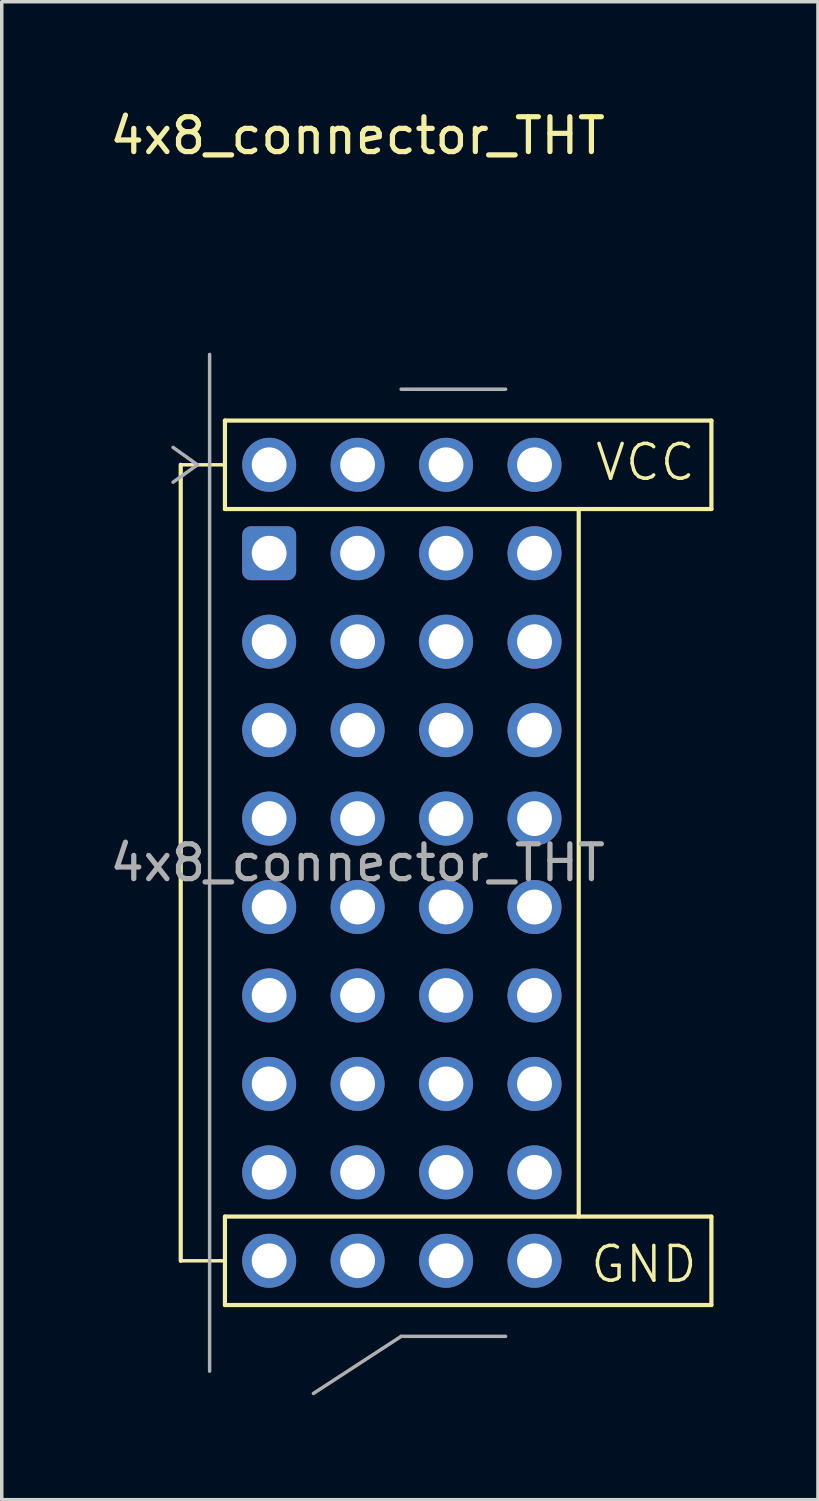
<source format=kicad_pcb>
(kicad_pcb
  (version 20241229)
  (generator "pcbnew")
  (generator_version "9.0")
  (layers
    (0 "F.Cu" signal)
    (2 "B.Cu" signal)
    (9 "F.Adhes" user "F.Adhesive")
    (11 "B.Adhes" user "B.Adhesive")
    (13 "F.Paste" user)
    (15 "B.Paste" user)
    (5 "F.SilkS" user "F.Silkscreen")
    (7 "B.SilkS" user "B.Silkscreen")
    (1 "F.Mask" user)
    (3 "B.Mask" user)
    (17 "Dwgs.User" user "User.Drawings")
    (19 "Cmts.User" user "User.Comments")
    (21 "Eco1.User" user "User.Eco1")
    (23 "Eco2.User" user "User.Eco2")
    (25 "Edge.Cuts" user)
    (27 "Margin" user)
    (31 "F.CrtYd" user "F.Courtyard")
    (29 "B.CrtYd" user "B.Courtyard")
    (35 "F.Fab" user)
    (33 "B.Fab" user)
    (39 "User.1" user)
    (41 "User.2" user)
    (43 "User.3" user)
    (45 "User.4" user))
  (footprint "4x8_connector_THT"
    (layer "F.Cu")
    (at 4.68 10.298)
    (property "Reference" "4x8_connector_THT" (at 2.54 -9.45 0) (layer "F.SilkS") (effects (font (size 1 1) (thickness 0.15))))
    (attr through_hole)
    (fp_line (start -2.54 0) (end -1.27 0) (stroke (width 0.1) (type default)) (layer "F.SilkS"))
    (fp_line (start -2.54 22.86) (end -2.54 0) (stroke (width 0.12) (type solid)) (layer "F.SilkS"))
    (fp_line (start -2.54 22.86) (end -1.27 22.86) (stroke (width 0.1) (type default)) (layer "F.SilkS"))
    (fp_line (start -1.27 -1.27) (end 12.7 -1.27) (stroke (width 0.12) (type solid)) (layer "F.SilkS"))
    (fp_line (start -1.27 1.27) (end -1.27 -1.27) (stroke (width 0.12) (type solid)) (layer "F.SilkS"))
    (fp_line (start -1.27 1.27) (end 12.7 1.27) (stroke (width 0.12) (type solid)) (layer "F.SilkS"))
    (fp_line (start -1.27 21.59) (end -1.27 24.13) (stroke (width 0.12) (type solid)) (layer "F.SilkS"))
    (fp_line (start 8.89 1.27) (end 8.89 21.59) (stroke (width 0.12) (type solid)) (layer "F.SilkS"))
    (fp_line (start 12.7 -1.27) (end 12.7 1.27) (stroke (width 0.12) (type solid)) (layer "F.SilkS"))
    (fp_line (start 12.7 21.59) (end -1.27 21.59) (stroke (width 0.12) (type solid)) (layer "F.SilkS"))
    (fp_line (start 12.7 21.59) (end 12.7 24.13) (stroke (width 0.12) (type solid)) (layer "F.SilkS"))
    (fp_line (start 12.7 24.13) (end -1.27 24.13) (stroke (width 0.12) (type solid)) (layer "F.SilkS"))
    (fp_line (start -2.76 -0.5) (end -2.06 0) (stroke (width 0.1) (type solid)) (layer "F.Fab"))
    (fp_line (start -2.06 0) (end -2.76 0.5) (stroke (width 0.1) (type solid)) (layer "F.Fab"))
    (fp_line (start -1.71 26.03) (end -1.71 -3.17) (stroke (width 0.1) (type solid)) (layer "F.Fab"))
    (fp_line (start 3.79 -2.17) (end 6.79 -2.17) (stroke (width 0.1) (type solid)) (layer "F.Fab"))
    (fp_line (start 3.79 25.03) (end 1.27 26.67) (stroke (width 0.1) (type solid)) (layer "F.Fab"))
    (fp_line (start 6.79 25.03) (end 3.79 25.03) (stroke (width 0.1) (type solid)) (layer "F.Fab"))
    (fp_text user "VCC" (at 9.31 0.513 0) (unlocked yes) (layer "F.SilkS") (effects (font (size 1 1) (thickness 0.1)) (justify left bottom)))
    (fp_text user "GND" (at 9.172 23.545 0) (unlocked yes) (layer "F.SilkS") (effects (font (size 1 1) (thickness 0.1)) (justify left bottom)))
    (fp_text user "${REFERENCE}" (at 2.54 11.43 0) (layer "F.Fab") (effects (font (size 1 1) (thickness 0.15))))
    (pad "GND" thru_hole circle (at 0 22.86) (size 1.55 1.55) (drill 1) (layers "*.Cu" "*.Mask"))
    (pad "GND" thru_hole circle (at 2.54 22.86) (size 1.55 1.55) (drill 1) (layers "*.Cu" "*.Mask"))
    (pad "GND" thru_hole circle (at 5.08 22.86) (size 1.55 1.55) (drill 1) (layers "*.Cu" "*.Mask"))
    (pad "GND" thru_hole circle (at 7.62 22.86) (size 1.55 1.55) (drill 1) (layers "*.Cu" "*.Mask"))
    (pad "VCC" thru_hole circle (at 0 0) (size 1.55 1.55) (drill 1) (layers "*.Cu" "*.Mask"))
    (pad "VCC" thru_hole circle (at 2.54 0) (size 1.55 1.55) (drill 1) (layers "*.Cu" "*.Mask"))
    (pad "VCC" thru_hole circle (at 5.08 0) (size 1.55 1.55) (drill 1) (layers "*.Cu" "*.Mask"))
    (pad "VCC" thru_hole circle (at 7.62 0) (size 1.55 1.55) (drill 1) (layers "*.Cu" "*.Mask"))
    (pad "a1" thru_hole roundrect (at 0 2.54) (size 1.55 1.55) (drill 1) (layers "*.Cu" "*.Mask") (roundrect_rratio 0.161))
    (pad "a2" thru_hole circle (at 0 5.08) (size 1.55 1.55) (drill 1) (layers "*.Cu" "*.Mask"))
    (pad "a3" thru_hole circle (at 0 7.62) (size 1.55 1.55) (drill 1) (layers "*.Cu" "*.Mask"))
    (pad "a4" thru_hole circle (at 0 10.16) (size 1.55 1.55) (drill 1) (layers "*.Cu" "*.Mask"))
    (pad "a5" thru_hole circle (at 0 12.7) (size 1.55 1.55) (drill 1) (layers "*.Cu" "*.Mask"))
    (pad "a6" thru_hole circle (at 0 15.24) (size 1.55 1.55) (drill 1) (layers "*.Cu" "*.Mask"))
    (pad "a7" thru_hole circle (at 0 17.78) (size 1.55 1.55) (drill 1) (layers "*.Cu" "*.Mask"))
    (pad "a8" thru_hole circle (at 0 20.32) (size 1.55 1.55) (drill 1) (layers "*.Cu" "*.Mask"))
    (pad "b1" thru_hole circle (at 2.54 2.54) (size 1.55 1.55) (drill 1) (layers "*.Cu" "*.Mask"))
    (pad "b2" thru_hole circle (at 2.54 5.08) (size 1.55 1.55) (drill 1) (layers "*.Cu" "*.Mask"))
    (pad "b3" thru_hole circle (at 2.54 7.62) (size 1.55 1.55) (drill 1) (layers "*.Cu" "*.Mask"))
    (pad "b4" thru_hole circle (at 2.54 10.16) (size 1.55 1.55) (drill 1) (layers "*.Cu" "*.Mask"))
    (pad "b5" thru_hole circle (at 2.54 12.7) (size 1.55 1.55) (drill 1) (layers "*.Cu" "*.Mask"))
    (pad "b6" thru_hole circle (at 2.54 15.24) (size 1.55 1.55) (drill 1) (layers "*.Cu" "*.Mask"))
    (pad "b7" thru_hole circle (at 2.54 17.78) (size 1.55 1.55) (drill 1) (layers "*.Cu" "*.Mask"))
    (pad "b8" thru_hole circle (at 2.54 20.32) (size 1.55 1.55) (drill 1) (layers "*.Cu" "*.Mask"))
    (pad "c1" thru_hole circle (at 5.08 2.54) (size 1.55 1.55) (drill 1) (layers "*.Cu" "*.Mask"))
    (pad "c2" thru_hole circle (at 5.08 5.08) (size 1.55 1.55) (drill 1) (layers "*.Cu" "*.Mask"))
    (pad "c3" thru_hole circle (at 5.08 7.62) (size 1.55 1.55) (drill 1) (layers "*.Cu" "*.Mask"))
    (pad "c4" thru_hole circle (at 5.08 10.16) (size 1.55 1.55) (drill 1) (layers "*.Cu" "*.Mask"))
    (pad "c5" thru_hole circle (at 5.08 12.7) (size 1.55 1.55) (drill 1) (layers "*.Cu" "*.Mask"))
    (pad "c6" thru_hole circle (at 5.08 15.24) (size 1.55 1.55) (drill 1) (layers "*.Cu" "*.Mask"))
    (pad "c7" thru_hole circle (at 5.08 17.78) (size 1.55 1.55) (drill 1) (layers "*.Cu" "*.Mask"))
    (pad "c8" thru_hole circle (at 5.08 20.32) (size 1.55 1.55) (drill 1) (layers "*.Cu" "*.Mask"))
    (pad "d1" thru_hole circle (at 7.62 2.54) (size 1.55 1.55) (drill 1) (layers "*.Cu" "*.Mask"))
    (pad "d2" thru_hole circle (at 7.62 5.08) (size 1.55 1.55) (drill 1) (layers "*.Cu" "*.Mask"))
    (pad "d3" thru_hole circle (at 7.62 7.62) (size 1.55 1.55) (drill 1) (layers "*.Cu" "*.Mask"))
    (pad "d4" thru_hole circle (at 7.62 10.16) (size 1.55 1.55) (drill 1) (layers "*.Cu" "*.Mask"))
    (pad "d5" thru_hole circle (at 7.62 12.7) (size 1.55 1.55) (drill 1) (layers "*.Cu" "*.Mask"))
    (pad "d6" thru_hole circle (at 7.62 15.24) (size 1.55 1.55) (drill 1) (layers "*.Cu" "*.Mask"))
    (pad "d7" thru_hole circle (at 7.62 17.78) (size 1.55 1.55) (drill 1) (layers "*.Cu" "*.Mask"))
    (pad "d8" thru_hole circle (at 7.62 20.32) (size 1.55 1.55) (drill 1) (layers "*.Cu" "*.Mask")))
  (gr_rect
    (start -3 -3)
    (end 20.44 40.018)
    (stroke (width 0.1) (type default))
    (fill no)
    (layer "Edge.Cuts")))
</source>
